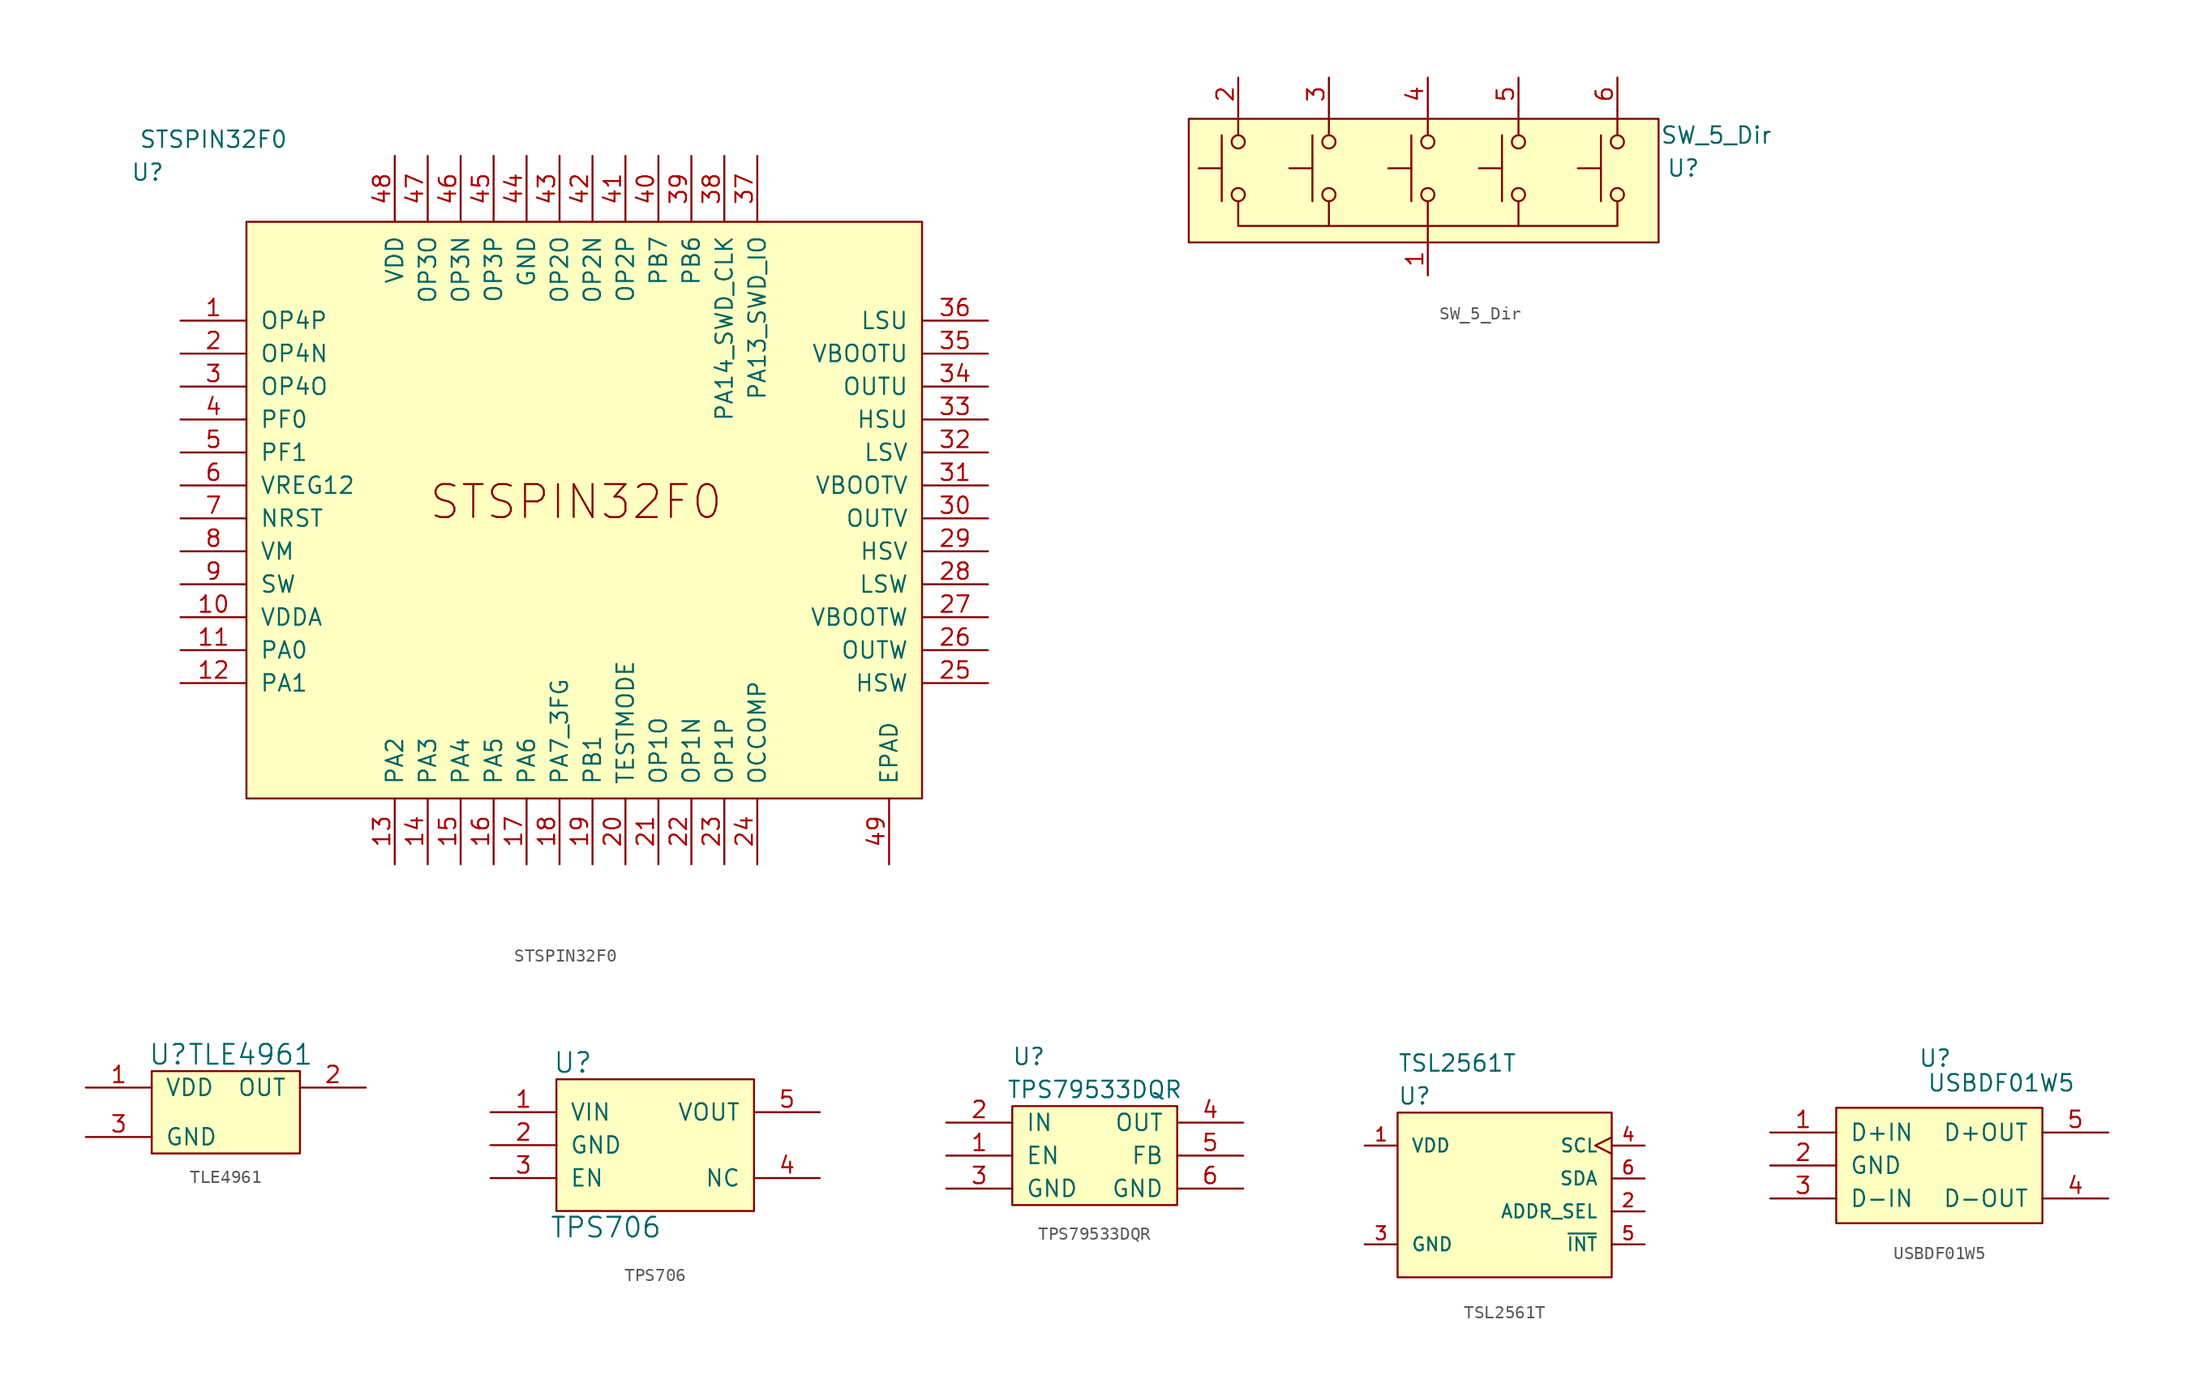
<source format=kicad_sym>
(kicad_symbol_lib
  (version 20211014)
  (generator kicad_symbol_editor)
  (symbol "STSPIN32F0"
    (pin_names
      (offset 1.016))
    (property "Reference" "U"
      (at -33.02 25.4 0)
      (effects (font (size 1.27 1.27))))
    (property "Value" "STSPIN32F0"
      (at -27.94 27.94 0)
      (effects (font (size 1.27 1.27))))
    (symbol "STSPIN32F0_0_0"
      (text "STSPIN32F0" (at 0 0 0) (effects (font (size 2.54 2.54)))))
    (symbol "STSPIN32F0_0_1"
      (rectangle (start -25.4 21.59) (end 26.67 -22.86) (stroke (width 0) (type default) (color 0 0 0 0)) (fill (type background))))
    (symbol "STSPIN32F0_1_1"
      (pin input line (at -30.48 13.97 0) (length 5.08) (name "OP4P" (effects (font (size 1.27 1.27)))) (number "1" (effects (font (size 1.27 1.27)))))
      (pin input line (at -30.48 -8.89 0) (length 5.08) (name "VDDA" (effects (font (size 1.27 1.27)))) (number "10" (effects (font (size 1.27 1.27)))))
      (pin input line (at -30.48 -11.43 0) (length 5.08) (name "PA0" (effects (font (size 1.27 1.27)))) (number "11" (effects (font (size 1.27 1.27)))))
      (pin input line (at -30.48 -13.97 0) (length 5.08) (name "PA1" (effects (font (size 1.27 1.27)))) (number "12" (effects (font (size 1.27 1.27)))))
      (pin input line (at -13.97 -27.94 90) (length 5.08) (name "PA2" (effects (font (size 1.27 1.27)))) (number "13" (effects (font (size 1.27 1.27)))))
      (pin input line (at -11.43 -27.94 90) (length 5.08) (name "PA3" (effects (font (size 1.27 1.27)))) (number "14" (effects (font (size 1.27 1.27)))))
      (pin input line (at -8.89 -27.94 90) (length 5.08) (name "PA4" (effects (font (size 1.27 1.27)))) (number "15" (effects (font (size 1.27 1.27)))))
      (pin input line (at -6.35 -27.94 90) (length 5.08) (name "PA5" (effects (font (size 1.27 1.27)))) (number "16" (effects (font (size 1.27 1.27)))))
      (pin input line (at -3.81 -27.94 90) (length 5.08) (name "PA6" (effects (font (size 1.27 1.27)))) (number "17" (effects (font (size 1.27 1.27)))))
      (pin input line (at -1.27 -27.94 90) (length 5.08) (name "PA7_3FG" (effects (font (size 1.27 1.27)))) (number "18" (effects (font (size 1.27 1.27)))))
      (pin input line (at 1.27 -27.94 90) (length 5.08) (name "PB1" (effects (font (size 1.27 1.27)))) (number "19" (effects (font (size 1.27 1.27)))))
      (pin input line (at -30.48 11.43 0) (length 5.08) (name "OP4N" (effects (font (size 1.27 1.27)))) (number "2" (effects (font (size 1.27 1.27)))))
      (pin input line (at 3.81 -27.94 90) (length 5.08) (name "TESTMODE" (effects (font (size 1.27 1.27)))) (number "20" (effects (font (size 1.27 1.27)))))
      (pin input line (at 6.35 -27.94 90) (length 5.08) (name "OP1O" (effects (font (size 1.27 1.27)))) (number "21" (effects (font (size 1.27 1.27)))))
      (pin input line (at 8.89 -27.94 90) (length 5.08) (name "OP1N" (effects (font (size 1.27 1.27)))) (number "22" (effects (font (size 1.27 1.27)))))
      (pin input line (at 11.43 -27.94 90) (length 5.08) (name "OP1P" (effects (font (size 1.27 1.27)))) (number "23" (effects (font (size 1.27 1.27)))))
      (pin input line (at 13.97 -27.94 90) (length 5.08) (name "OCCOMP" (effects (font (size 1.27 1.27)))) (number "24" (effects (font (size 1.27 1.27)))))
      (pin input line (at 31.75 -13.97 180) (length 5.08) (name "HSW" (effects (font (size 1.27 1.27)))) (number "25" (effects (font (size 1.27 1.27)))))
      (pin input line (at 31.75 -11.43 180) (length 5.08) (name "OUTW" (effects (font (size 1.27 1.27)))) (number "26" (effects (font (size 1.27 1.27)))))
      (pin input line (at 31.75 -8.89 180) (length 5.08) (name "VBOOTW" (effects (font (size 1.27 1.27)))) (number "27" (effects (font (size 1.27 1.27)))))
      (pin input line (at 31.75 -6.35 180) (length 5.08) (name "LSW" (effects (font (size 1.27 1.27)))) (number "28" (effects (font (size 1.27 1.27)))))
      (pin input line (at 31.75 -3.81 180) (length 5.08) (name "HSV" (effects (font (size 1.27 1.27)))) (number "29" (effects (font (size 1.27 1.27)))))
      (pin input line (at -30.48 8.89 0) (length 5.08) (name "OP4O" (effects (font (size 1.27 1.27)))) (number "3" (effects (font (size 1.27 1.27)))))
      (pin input line (at 31.75 -1.27 180) (length 5.08) (name "OUTV" (effects (font (size 1.27 1.27)))) (number "30" (effects (font (size 1.27 1.27)))))
      (pin input line (at 31.75 1.27 180) (length 5.08) (name "VBOOTV" (effects (font (size 1.27 1.27)))) (number "31" (effects (font (size 1.27 1.27)))))
      (pin input line (at 31.75 3.81 180) (length 5.08) (name "LSV" (effects (font (size 1.27 1.27)))) (number "32" (effects (font (size 1.27 1.27)))))
      (pin input line (at 31.75 6.35 180) (length 5.08) (name "HSU" (effects (font (size 1.27 1.27)))) (number "33" (effects (font (size 1.27 1.27)))))
      (pin input line (at 31.75 8.89 180) (length 5.08) (name "OUTU" (effects (font (size 1.27 1.27)))) (number "34" (effects (font (size 1.27 1.27)))))
      (pin input line (at 31.75 11.43 180) (length 5.08) (name "VBOOTU" (effects (font (size 1.27 1.27)))) (number "35" (effects (font (size 1.27 1.27)))))
      (pin input line (at 31.75 13.97 180) (length 5.08) (name "LSU" (effects (font (size 1.27 1.27)))) (number "36" (effects (font (size 1.27 1.27)))))
      (pin input line (at 13.97 26.67 270) (length 5.08) (name "PA13_SWD_IO" (effects (font (size 1.27 1.27)))) (number "37" (effects (font (size 1.27 1.27)))))
      (pin input line (at 11.43 26.67 270) (length 5.08) (name "PA14_SWD_CLK" (effects (font (size 1.27 1.27)))) (number "38" (effects (font (size 1.27 1.27)))))
      (pin input line (at 8.89 26.67 270) (length 5.08) (name "PB6" (effects (font (size 1.27 1.27)))) (number "39" (effects (font (size 1.27 1.27)))))
      (pin input line (at -30.48 6.35 0) (length 5.08) (name "PF0" (effects (font (size 1.27 1.27)))) (number "4" (effects (font (size 1.27 1.27)))))
      (pin input line (at 6.35 26.67 270) (length 5.08) (name "PB7" (effects (font (size 1.27 1.27)))) (number "40" (effects (font (size 1.27 1.27)))))
      (pin input line (at 3.81 26.67 270) (length 5.08) (name "OP2P" (effects (font (size 1.27 1.27)))) (number "41" (effects (font (size 1.27 1.27)))))
      (pin input line (at 1.27 26.67 270) (length 5.08) (name "OP2N" (effects (font (size 1.27 1.27)))) (number "42" (effects (font (size 1.27 1.27)))))
      (pin input line (at -1.27 26.67 270) (length 5.08) (name "OP2O" (effects (font (size 1.27 1.27)))) (number "43" (effects (font (size 1.27 1.27)))))
      (pin input line (at -3.81 26.67 270) (length 5.08) (name "GND" (effects (font (size 1.27 1.27)))) (number "44" (effects (font (size 1.27 1.27)))))
      (pin input line (at -6.35 26.67 270) (length 5.08) (name "OP3P" (effects (font (size 1.27 1.27)))) (number "45" (effects (font (size 1.27 1.27)))))
      (pin input line (at -8.89 26.67 270) (length 5.08) (name "OP3N" (effects (font (size 1.27 1.27)))) (number "46" (effects (font (size 1.27 1.27)))))
      (pin input line (at -11.43 26.67 270) (length 5.08) (name "OP3O" (effects (font (size 1.27 1.27)))) (number "47" (effects (font (size 1.27 1.27)))))
      (pin input line (at -13.97 26.67 270) (length 5.08) (name "VDD" (effects (font (size 1.27 1.27)))) (number "48" (effects (font (size 1.27 1.27)))))
      (pin input line (at 24.13 -27.94 90) (length 5.08) (name "EPAD" (effects (font (size 1.27 1.27)))) (number "49" (effects (font (size 1.27 1.27)))))
      (pin input line (at -30.48 3.81 0) (length 5.08) (name "PF1" (effects (font (size 1.27 1.27)))) (number "5" (effects (font (size 1.27 1.27)))))
      (pin input line (at -30.48 1.27 0) (length 5.08) (name "VREG12" (effects (font (size 1.27 1.27)))) (number "6" (effects (font (size 1.27 1.27)))))
      (pin input line (at -30.48 -1.27 0) (length 5.08) (name "NRST" (effects (font (size 1.27 1.27)))) (number "7" (effects (font (size 1.27 1.27)))))
      (pin input line (at -30.48 -3.81 0) (length 5.08) (name "VM" (effects (font (size 1.27 1.27)))) (number "8" (effects (font (size 1.27 1.27)))))
      (pin input line (at -30.48 -6.35 0) (length 5.08) (name "SW" (effects (font (size 1.27 1.27)))) (number "9" (effects (font (size 1.27 1.27)))))))
  (symbol "SW_5_Dir"
    (pin_names
      (offset 1.016))
    (property "Reference" "U"
      (at 19.685 0 0)
      (effects (font (size 1.27 1.27))))
    (property "Value" "SW_5_Dir"
      (at 22.225 2.54 0)
      (effects (font (size 1.27 1.27))))
    (symbol "SW_5_Dir_0_1"
      (rectangle (start -18.415 3.81) (end 17.78 -5.715) (stroke (width 0) (type default) (color 0 0 0 0)) (fill (type background)))
      (polyline (pts (xy -14.605 4.445) (xy -14.605 2.54)) (stroke (width 0) (type default) (color 0 0 0 0)) (fill (type none)))
      (polyline (pts (xy -7.62 4.445) (xy -7.62 2.54)) (stroke (width 0) (type default) (color 0 0 0 0)) (fill (type none)))
      (polyline (pts (xy 0 -2.54) (xy 0 -5.715)) (stroke (width 0) (type default) (color 0 0 0 0)) (fill (type none)))
      (polyline (pts (xy 0 4.445) (xy 0 2.54)) (stroke (width 0) (type default) (color 0 0 0 0)) (fill (type none)))
      (polyline (pts (xy 6.985 4.445) (xy 6.985 2.54)) (stroke (width 0) (type default) (color 0 0 0 0)) (fill (type none)))
      (polyline (pts (xy 14.605 4.445) (xy 14.605 2.54)) (stroke (width 0) (type default) (color 0 0 0 0)) (fill (type none)))
      (polyline (pts (xy -14.605 -2.54) (xy -14.605 -4.445) (xy -7.62 -4.445)) (stroke (width 0) (type default) (color 0 0 0 0)) (fill (type none)))
      (polyline (pts (xy -7.62 -2.54) (xy -7.62 -4.445) (xy 0 -4.445)) (stroke (width 0) (type default) (color 0 0 0 0)) (fill (type none)))
      (polyline (pts (xy 0 -4.445) (xy 6.985 -4.445) (xy 6.985 -2.54)) (stroke (width 0) (type default) (color 0 0 0 0)) (fill (type none)))
      (polyline (pts (xy 6.985 -4.445) (xy 14.605 -4.445) (xy 14.605 -2.54)) (stroke (width 0) (type default) (color 0 0 0 0)) (fill (type none))))
    (symbol "SW_5_Dir_1_1"
      (circle (center -14.605 -2.032) (radius 0.508) (stroke (width 0) (type default) (color 0 0 0 0)) (fill (type none)))
      (circle (center -14.605 2.032) (radius 0.508) (stroke (width 0) (type default) (color 0 0 0 0)) (fill (type none)))
      (circle (center -7.62 -2.032) (radius 0.508) (stroke (width 0) (type default) (color 0 0 0 0)) (fill (type none)))
      (circle (center -7.62 2.032) (radius 0.508) (stroke (width 0) (type default) (color 0 0 0 0)) (fill (type none)))
      (circle (center 0 -2.032) (radius 0.508) (stroke (width 0) (type default) (color 0 0 0 0)) (fill (type none)))
      (polyline (pts (xy -15.875 0) (xy -17.653 0)) (stroke (width 0) (type default) (color 0 0 0 0)) (fill (type none)))
      (polyline (pts (xy -15.875 2.54) (xy -15.875 -2.54)) (stroke (width 0) (type default) (color 0 0 0 0)) (fill (type none)))
      (polyline (pts (xy -8.89 0) (xy -10.668 0)) (stroke (width 0) (type default) (color 0 0 0 0)) (fill (type none)))
      (polyline (pts (xy -8.89 2.54) (xy -8.89 -2.54)) (stroke (width 0) (type default) (color 0 0 0 0)) (fill (type none)))
      (polyline (pts (xy -1.27 0) (xy -3.048 0)) (stroke (width 0) (type default) (color 0 0 0 0)) (fill (type none)))
      (polyline (pts (xy -1.27 2.54) (xy -1.27 -2.54)) (stroke (width 0) (type default) (color 0 0 0 0)) (fill (type none)))
      (polyline (pts (xy 5.715 0) (xy 3.937 0)) (stroke (width 0) (type default) (color 0 0 0 0)) (fill (type none)))
      (polyline (pts (xy 5.715 2.54) (xy 5.715 -2.54)) (stroke (width 0) (type default) (color 0 0 0 0)) (fill (type none)))
      (polyline (pts (xy 13.335 0) (xy 11.557 0)) (stroke (width 0) (type default) (color 0 0 0 0)) (fill (type none)))
      (polyline (pts (xy 13.335 2.54) (xy 13.335 -2.54)) (stroke (width 0) (type default) (color 0 0 0 0)) (fill (type none)))
      (circle (center 0 2.032) (radius 0.508) (stroke (width 0) (type default) (color 0 0 0 0)) (fill (type none)))
      (circle (center 6.985 -2.032) (radius 0.508) (stroke (width 0) (type default) (color 0 0 0 0)) (fill (type none)))
      (circle (center 6.985 2.032) (radius 0.508) (stroke (width 0) (type default) (color 0 0 0 0)) (fill (type none)))
      (circle (center 14.605 -2.032) (radius 0.508) (stroke (width 0) (type default) (color 0 0 0 0)) (fill (type none)))
      (circle (center 14.605 2.032) (radius 0.508) (stroke (width 0) (type default) (color 0 0 0 0)) (fill (type none)))
      (pin passive line (at 0 -8.255 90) (length 2.54) (name "~" (effects (font (size 1.27 1.27)))) (number "1" (effects (font (size 1.27 1.27)))))
      (pin passive line (at -14.605 6.985 270) (length 2.54) (name "~" (effects (font (size 1.27 1.27)))) (number "2" (effects (font (size 1.27 1.27)))))
      (pin passive line (at -7.62 6.985 270) (length 2.54) (name "~" (effects (font (size 1.27 1.27)))) (number "3" (effects (font (size 1.27 1.27)))))
      (pin passive line (at 0 6.985 270) (length 2.54) (name "~" (effects (font (size 1.27 1.27)))) (number "4" (effects (font (size 1.27 1.27)))))
      (pin passive line (at 6.985 6.985 270) (length 2.54) (name "~" (effects (font (size 1.27 1.27)))) (number "5" (effects (font (size 1.27 1.27)))))
      (pin passive line (at 14.605 6.985 270) (length 2.54) (name "~" (effects (font (size 1.27 1.27)))) (number "6" (effects (font (size 1.27 1.27)))))))
  (symbol "TLE4961"
    (pin_names
      (offset 1.016))
    (property "Reference" "U"
      (at 0 10.16 0)
      (effects (font (size 1.524 1.524))))
    (property "Value" "TLE4961"
      (at 6.35 10.16 0)
      (effects (font (size 1.524 1.524))))
    (symbol "TLE4961_0_1"
      (rectangle (start -1.27 8.89) (end 10.16 2.54) (stroke (width 0) (type default) (color 0 0 0 0)) (fill (type background))))
    (symbol "TLE4961_1_1"
      (pin input line (at -6.35 7.62 0) (length 5.08) (name "VDD" (effects (font (size 1.27 1.27)))) (number "1" (effects (font (size 1.27 1.27)))))
      (pin input line (at 15.24 7.62 180) (length 5.08) (name "OUT" (effects (font (size 1.27 1.27)))) (number "2" (effects (font (size 1.27 1.27)))))
      (pin input line (at -6.35 3.81 0) (length 5.08) (name "GND" (effects (font (size 1.27 1.27)))) (number "3" (effects (font (size 1.27 1.27)))))))
  (symbol "TPS706"
    (pin_names
      (offset 1.016))
    (property "Reference" "U"
      (at -3.81 11.43 0)
      (effects (font (size 1.524 1.524))))
    (property "Value" "TPS706"
      (at -1.27 -1.27 0)
      (effects (font (size 1.524 1.524))))
    (symbol "TPS706_0_1"
      (rectangle (start -5.08 10.16) (end 10.16 0) (stroke (width 0) (type default) (color 0 0 0 0)) (fill (type background))))
    (symbol "TPS706_1_1"
      (pin input line (at -10.16 7.62 0) (length 5.08) (name "VIN" (effects (font (size 1.27 1.27)))) (number "1" (effects (font (size 1.27 1.27)))))
      (pin power_in line (at -10.16 5.08 0) (length 5.08) (name "GND" (effects (font (size 1.27 1.27)))) (number "2" (effects (font (size 1.27 1.27)))))
      (pin input line (at -10.16 2.54 0) (length 5.08) (name "EN" (effects (font (size 1.27 1.27)))) (number "3" (effects (font (size 1.27 1.27)))))
      (pin input line (at 15.24 2.54 180) (length 5.08) (name "NC" (effects (font (size 1.27 1.27)))) (number "4" (effects (font (size 1.27 1.27)))))
      (pin input line (at 15.24 7.62 180) (length 5.08) (name "VOUT" (effects (font (size 1.27 1.27)))) (number "5" (effects (font (size 1.27 1.27)))))))
  (symbol "TPS79533DQR"
    (pin_names
      (offset 1.016))
    (property "Reference" "U"
      (at -5.08 7.62 0)
      (effects (font (size 1.27 1.27))))
    (property "Value" "TPS79533DQR"
      (at 0 5.08 0)
      (effects (font (size 1.27 1.27))))
    (symbol "TPS79533DQR_1_1"
      (rectangle (start -6.35 3.81) (end 6.35 -3.81) (stroke (width 0) (type default) (color 0 0 0 0)) (fill (type background)))
      (pin input line (at -11.43 0 0) (length 5.08) (name "EN" (effects (font (size 1.27 1.27)))) (number "1" (effects (font (size 1.27 1.27)))))
      (pin input line (at -11.43 2.54 0) (length 5.08) (name "IN" (effects (font (size 1.27 1.27)))) (number "2" (effects (font (size 1.27 1.27)))))
      (pin input line (at -11.43 -2.54 0) (length 5.08) (name "GND" (effects (font (size 1.27 1.27)))) (number "3" (effects (font (size 1.27 1.27)))))
      (pin input line (at 11.43 2.54 180) (length 5.08) (name "OUT" (effects (font (size 1.27 1.27)))) (number "4" (effects (font (size 1.27 1.27)))))
      (pin input line (at 11.43 0 180) (length 5.08) (name "FB" (effects (font (size 1.27 1.27)))) (number "5" (effects (font (size 1.27 1.27)))))
      (pin input line (at 11.43 -2.54 180) (length 5.08) (name "GND" (effects (font (size 1.27 1.27)))) (number "6" (effects (font (size 1.27 1.27)))))))
  (symbol "TSL2561T"
    (pin_names
      (offset 1.016))
    (property "Reference" "U"
      (at 0 5.08 0)
      (effects (font (size 1.27 1.27)) (justify left)))
    (property "Value" "TSL2561T"
      (at 0 7.62 0)
      (effects (font (size 1.27 1.27)) (justify left)))
    (symbol "TSL2561T_1_1"
      (rectangle (start 0 3.81) (end 16.51 -8.89) (stroke (width 0) (type default) (color 0 0 0 0)) (fill (type background)))
      (pin power_in line (at -2.54 1.27 0) (length 2.54) (name "VDD" (effects (font (size 1.016 1.016)))) (number "1" (effects (font (size 1.016 1.016)))))
      (pin input line (at 19.05 -3.81 180) (length 2.54) (name "ADDR_SEL" (effects (font (size 1.016 1.016)))) (number "2" (effects (font (size 1.016 1.016)))))
      (pin power_in line (at -2.54 -6.35 0) (length 2.54) (name "GND" (effects (font (size 1.016 1.016)))) (number "3" (effects (font (size 1.016 1.016)))))
      (pin input clock (at 19.05 1.27 180) (length 2.54) (name "SCL" (effects (font (size 1.016 1.016)))) (number "4" (effects (font (size 1.016 1.016)))))
      (pin open_collector line (at 19.05 -6.35 180) (length 2.54) (name "~{INT}" (effects (font (size 1.016 1.016)))) (number "5" (effects (font (size 1.016 1.016)))))
      (pin bidirectional line (at 19.05 -1.27 180) (length 2.54) (name "SDA" (effects (font (size 1.016 1.016)))) (number "6" (effects (font (size 1.016 1.016)))))))
  (symbol "USBDF01W5"
    (pin_names
      (offset 1.016))
    (property "Reference" "U"
      (at 1.905 10.795 0)
      (effects (font (size 1.27 1.27))))
    (property "Value" "USBDF01W5"
      (at 6.985 8.89 0)
      (effects (font (size 1.27 1.27))))
    (symbol "USBDF01W5_0_1"
      (rectangle (start -5.715 6.985) (end 10.16 -1.905) (stroke (width 0) (type default) (color 0 0 0 0)) (fill (type background))))
    (symbol "USBDF01W5_1_1"
      (pin input line (at -10.795 5.08 0) (length 5.08) (name "D+IN" (effects (font (size 1.27 1.27)))) (number "1" (effects (font (size 1.27 1.27)))))
      (pin input line (at -10.795 2.54 0) (length 5.08) (name "GND" (effects (font (size 1.27 1.27)))) (number "2" (effects (font (size 1.27 1.27)))))
      (pin input line (at -10.795 0 0) (length 5.08) (name "D-IN" (effects (font (size 1.27 1.27)))) (number "3" (effects (font (size 1.27 1.27)))))
      (pin input line (at 15.24 0 180) (length 5.08) (name "D-OUT" (effects (font (size 1.27 1.27)))) (number "4" (effects (font (size 1.27 1.27)))))
      (pin input line (at 15.24 5.08 180) (length 5.08) (name "D+OUT" (effects (font (size 1.27 1.27)))) (number "5" (effects (font (size 1.27 1.27))))))))
</source>
